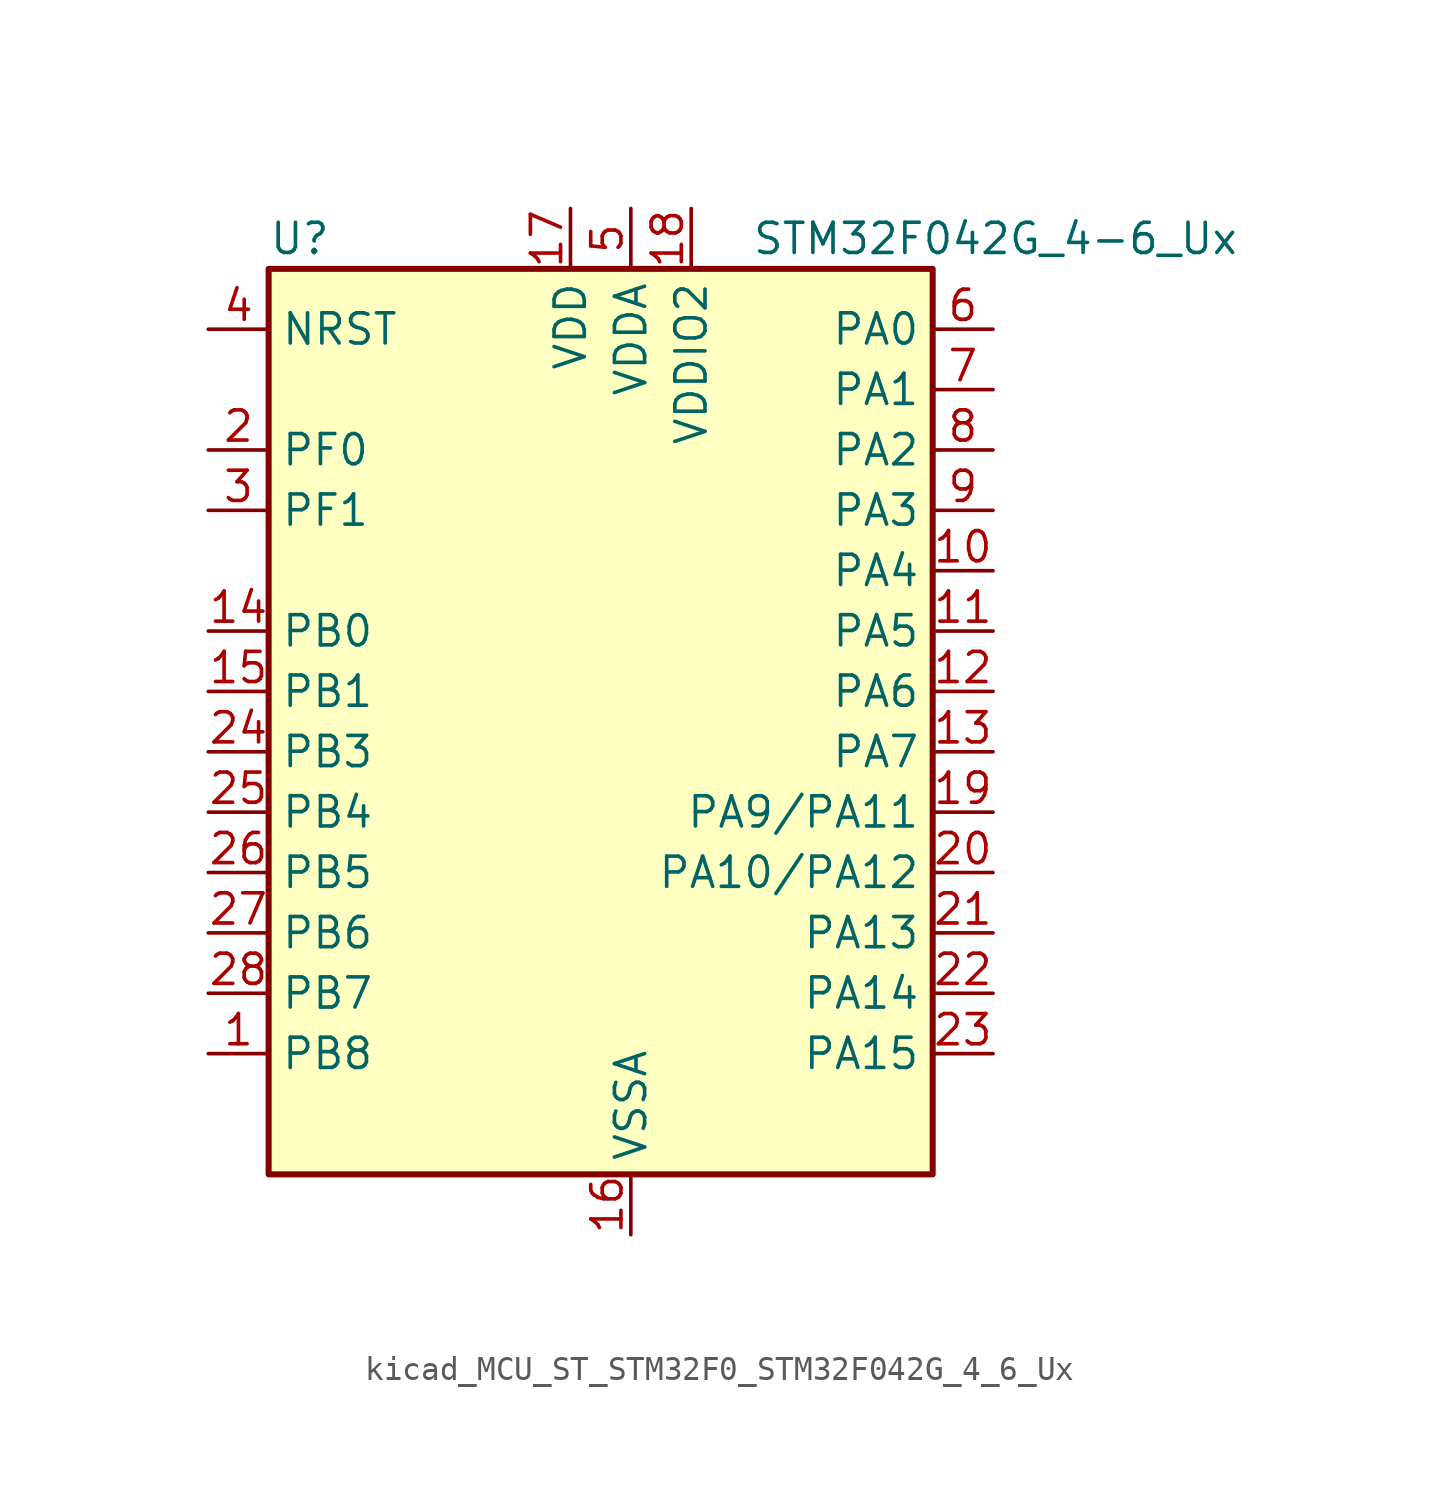
<source format=kicad_sym>
(kicad_symbol_lib
  (version 20220914)
  (generator kicad_symbol_editor)
  (symbol "kicad_MCU_ST_STM32F0_STM32F042G_4_6_Ux"
    (property "Reference" "U"
      (at -12.7 21.59 0)
      (effects (font (size 1.27 1.27)) (justify left)))
    (property "Value" "STM32F042G_4-6_Ux"
      (at 7.62 21.59 0)
      (effects (font (size 1.27 1.27)) (justify left)))
    (property "ki_locked" ""
      (at 0 0 0)
      (effects (font (size 1.27 1.27))))
    (symbol "kicad_MCU_ST_STM32F0_STM32F042G_4_6_Ux_0_1"
      (rectangle (start -12.7 -17.78) (end 15.24 20.32) (stroke (width 0.254) (type default)) (fill (type background))))
    (symbol "kicad_MCU_ST_STM32F0_STM32F042G_4_6_Ux_1_1"
      (pin bidirectional line (at -15.24 -12.7 0) (length 2.54) (name "PB8" (effects (font (size 1.27 1.27)))) (number "1" (effects (font (size 1.27 1.27)))) (alternate "CAN_RX" bidirectional line) (alternate "CEC" bidirectional line) (alternate "I2C1_SCL" bidirectional line) (alternate "TIM16_CH1" bidirectional line) (alternate "TSC_SYNC" bidirectional line))
      (pin bidirectional line (at 17.78 7.62 180) (length 2.54) (name "PA4" (effects (font (size 1.27 1.27)))) (number "10" (effects (font (size 1.27 1.27)))) (alternate "ADC_IN4" bidirectional line) (alternate "I2S1_WS" bidirectional line) (alternate "SPI1_NSS" bidirectional line) (alternate "TIM14_CH1" bidirectional line) (alternate "TSC_G2_IO1" bidirectional line) (alternate "USART2_CK" bidirectional line) (alternate "USB_NOE" bidirectional line))
      (pin bidirectional line (at 17.78 5.08 180) (length 2.54) (name "PA5" (effects (font (size 1.27 1.27)))) (number "11" (effects (font (size 1.27 1.27)))) (alternate "ADC_IN5" bidirectional line) (alternate "CEC" bidirectional line) (alternate "I2S1_CK" bidirectional line) (alternate "SPI1_SCK" bidirectional line) (alternate "TIM2_CH1" bidirectional line) (alternate "TIM2_ETR" bidirectional line) (alternate "TSC_G2_IO2" bidirectional line))
      (pin bidirectional line (at 17.78 2.54 180) (length 2.54) (name "PA6" (effects (font (size 1.27 1.27)))) (number "12" (effects (font (size 1.27 1.27)))) (alternate "ADC_IN6" bidirectional line) (alternate "I2S1_MCK" bidirectional line) (alternate "SPI1_MISO" bidirectional line) (alternate "TIM16_CH1" bidirectional line) (alternate "TIM1_BKIN" bidirectional line) (alternate "TIM3_CH1" bidirectional line) (alternate "TSC_G2_IO3" bidirectional line))
      (pin bidirectional line (at 17.78 0 180) (length 2.54) (name "PA7" (effects (font (size 1.27 1.27)))) (number "13" (effects (font (size 1.27 1.27)))) (alternate "ADC_IN7" bidirectional line) (alternate "I2S1_SD" bidirectional line) (alternate "SPI1_MOSI" bidirectional line) (alternate "TIM14_CH1" bidirectional line) (alternate "TIM17_CH1" bidirectional line) (alternate "TIM1_CH1N" bidirectional line) (alternate "TIM3_CH2" bidirectional line) (alternate "TSC_G2_IO4" bidirectional line))
      (pin bidirectional line (at -15.24 5.08 0) (length 2.54) (name "PB0" (effects (font (size 1.27 1.27)))) (number "14" (effects (font (size 1.27 1.27)))) (alternate "ADC_IN8" bidirectional line) (alternate "TIM1_CH2N" bidirectional line) (alternate "TIM3_CH3" bidirectional line) (alternate "TSC_G3_IO2" bidirectional line))
      (pin bidirectional line (at -15.24 2.54 0) (length 2.54) (name "PB1" (effects (font (size 1.27 1.27)))) (number "15" (effects (font (size 1.27 1.27)))) (alternate "ADC_IN9" bidirectional line) (alternate "TIM14_CH1" bidirectional line) (alternate "TIM1_CH3N" bidirectional line) (alternate "TIM3_CH4" bidirectional line) (alternate "TSC_G3_IO3" bidirectional line))
      (pin power_in line (at 2.54 -20.32 90) (length 2.54) (name "VSSA" (effects (font (size 1.27 1.27)))) (number "16" (effects (font (size 1.27 1.27)))))
      (pin power_in line (at 0 22.86 270) (length 2.54) (name "VDD" (effects (font (size 1.27 1.27)))) (number "17" (effects (font (size 1.27 1.27)))))
      (pin power_in line (at 5.08 22.86 270) (length 2.54) (name "VDDIO2" (effects (font (size 1.27 1.27)))) (number "18" (effects (font (size 1.27 1.27)))))
      (pin bidirectional line (at 17.78 -2.54 180) (length 2.54) (name "PA9/PA11" (effects (font (size 1.27 1.27)))) (number "19" (effects (font (size 1.27 1.27)))) (alternate "I2C1_SCL" bidirectional line) (alternate "TIM1_CH2" bidirectional line) (alternate "TSC_G4_IO1" bidirectional line) (alternate "USART1_TX" bidirectional line))
      (pin bidirectional line (at -15.24 12.7 0) (length 2.54) (name "PF0" (effects (font (size 1.27 1.27)))) (number "2" (effects (font (size 1.27 1.27)))) (alternate "CRS_SYNC" bidirectional line) (alternate "I2C1_SDA" bidirectional line) (alternate "RCC_OSC_IN" bidirectional line))
      (pin bidirectional line (at 17.78 -5.08 180) (length 2.54) (name "PA10/PA12" (effects (font (size 1.27 1.27)))) (number "20" (effects (font (size 1.27 1.27)))) (alternate "I2C1_SDA" bidirectional line) (alternate "TIM17_BKIN" bidirectional line) (alternate "TIM1_CH3" bidirectional line) (alternate "TSC_G4_IO2" bidirectional line) (alternate "USART1_RX" bidirectional line))
      (pin bidirectional line (at 17.78 -7.62 180) (length 2.54) (name "PA13" (effects (font (size 1.27 1.27)))) (number "21" (effects (font (size 1.27 1.27)))) (alternate "IR_OUT" bidirectional line) (alternate "SYS_SWDIO" bidirectional line) (alternate "USB_NOE" bidirectional line))
      (pin bidirectional line (at 17.78 -10.16 180) (length 2.54) (name "PA14" (effects (font (size 1.27 1.27)))) (number "22" (effects (font (size 1.27 1.27)))) (alternate "SYS_SWCLK" bidirectional line) (alternate "USART2_TX" bidirectional line))
      (pin bidirectional line (at 17.78 -12.7 180) (length 2.54) (name "PA15" (effects (font (size 1.27 1.27)))) (number "23" (effects (font (size 1.27 1.27)))) (alternate "I2S1_WS" bidirectional line) (alternate "SPI1_NSS" bidirectional line) (alternate "TIM2_CH1" bidirectional line) (alternate "TIM2_ETR" bidirectional line) (alternate "USART2_RX" bidirectional line) (alternate "USB_NOE" bidirectional line))
      (pin bidirectional line (at -15.24 0 0) (length 2.54) (name "PB3" (effects (font (size 1.27 1.27)))) (number "24" (effects (font (size 1.27 1.27)))) (alternate "I2S1_CK" bidirectional line) (alternate "SPI1_SCK" bidirectional line) (alternate "TIM2_CH2" bidirectional line) (alternate "TSC_G5_IO1" bidirectional line))
      (pin bidirectional line (at -15.24 -2.54 0) (length 2.54) (name "PB4" (effects (font (size 1.27 1.27)))) (number "25" (effects (font (size 1.27 1.27)))) (alternate "I2S1_MCK" bidirectional line) (alternate "SPI1_MISO" bidirectional line) (alternate "TIM17_BKIN" bidirectional line) (alternate "TIM3_CH1" bidirectional line) (alternate "TSC_G5_IO2" bidirectional line))
      (pin bidirectional line (at -15.24 -5.08 0) (length 2.54) (name "PB5" (effects (font (size 1.27 1.27)))) (number "26" (effects (font (size 1.27 1.27)))) (alternate "I2C1_SMBA" bidirectional line) (alternate "I2S1_SD" bidirectional line) (alternate "SPI1_MOSI" bidirectional line) (alternate "SYS_WKUP6" bidirectional line) (alternate "TIM16_BKIN" bidirectional line) (alternate "TIM3_CH2" bidirectional line))
      (pin bidirectional line (at -15.24 -7.62 0) (length 2.54) (name "PB6" (effects (font (size 1.27 1.27)))) (number "27" (effects (font (size 1.27 1.27)))) (alternate "I2C1_SCL" bidirectional line) (alternate "TIM16_CH1N" bidirectional line) (alternate "TSC_G5_IO3" bidirectional line) (alternate "USART1_TX" bidirectional line))
      (pin bidirectional line (at -15.24 -10.16 0) (length 2.54) (name "PB7" (effects (font (size 1.27 1.27)))) (number "28" (effects (font (size 1.27 1.27)))) (alternate "I2C1_SDA" bidirectional line) (alternate "TIM17_CH1N" bidirectional line) (alternate "TSC_G5_IO4" bidirectional line) (alternate "USART1_RX" bidirectional line))
      (pin bidirectional line (at -15.24 10.16 0) (length 2.54) (name "PF1" (effects (font (size 1.27 1.27)))) (number "3" (effects (font (size 1.27 1.27)))) (alternate "I2C1_SCL" bidirectional line) (alternate "RCC_OSC_OUT" bidirectional line))
      (pin input line (at -15.24 17.78 0) (length 2.54) (name "NRST" (effects (font (size 1.27 1.27)))) (number "4" (effects (font (size 1.27 1.27)))))
      (pin power_in line (at 2.54 22.86 270) (length 2.54) (name "VDDA" (effects (font (size 1.27 1.27)))) (number "5" (effects (font (size 1.27 1.27)))))
      (pin bidirectional line (at 17.78 17.78 180) (length 2.54) (name "PA0" (effects (font (size 1.27 1.27)))) (number "6" (effects (font (size 1.27 1.27)))) (alternate "ADC_IN0" bidirectional line) (alternate "RTC_TAMP2" bidirectional line) (alternate "SYS_WKUP1" bidirectional line) (alternate "TIM2_CH1" bidirectional line) (alternate "TIM2_ETR" bidirectional line) (alternate "TSC_G1_IO1" bidirectional line) (alternate "USART2_CTS" bidirectional line))
      (pin bidirectional line (at 17.78 15.24 180) (length 2.54) (name "PA1" (effects (font (size 1.27 1.27)))) (number "7" (effects (font (size 1.27 1.27)))) (alternate "ADC_IN1" bidirectional line) (alternate "TIM2_CH2" bidirectional line) (alternate "TSC_G1_IO2" bidirectional line) (alternate "USART2_DE" bidirectional line) (alternate "USART2_RTS" bidirectional line))
      (pin bidirectional line (at 17.78 12.7 180) (length 2.54) (name "PA2" (effects (font (size 1.27 1.27)))) (number "8" (effects (font (size 1.27 1.27)))) (alternate "ADC_IN2" bidirectional line) (alternate "SYS_WKUP4" bidirectional line) (alternate "TIM2_CH3" bidirectional line) (alternate "TSC_G1_IO3" bidirectional line) (alternate "USART2_TX" bidirectional line))
      (pin bidirectional line (at 17.78 10.16 180) (length 2.54) (name "PA3" (effects (font (size 1.27 1.27)))) (number "9" (effects (font (size 1.27 1.27)))) (alternate "ADC_IN3" bidirectional line) (alternate "TIM2_CH4" bidirectional line) (alternate "TSC_G1_IO4" bidirectional line) (alternate "USART2_RX" bidirectional line)))))
</source>
